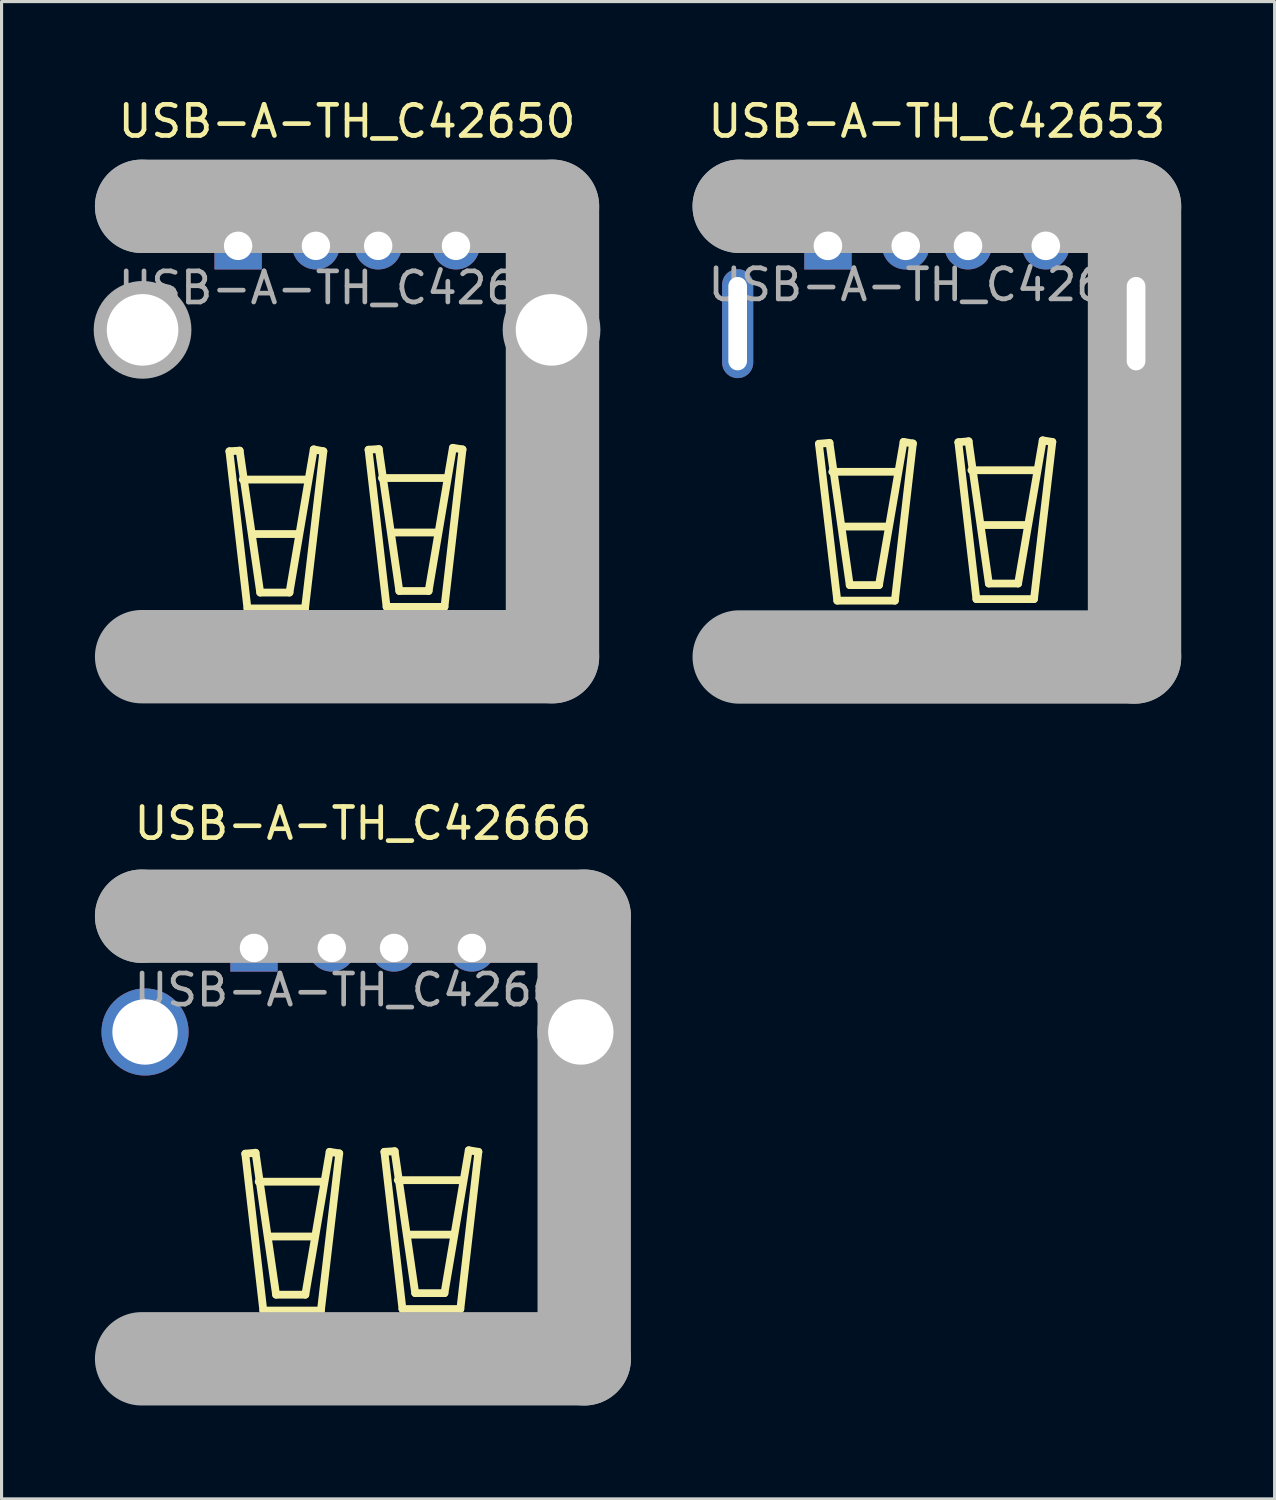
<source format=kicad_pcb>
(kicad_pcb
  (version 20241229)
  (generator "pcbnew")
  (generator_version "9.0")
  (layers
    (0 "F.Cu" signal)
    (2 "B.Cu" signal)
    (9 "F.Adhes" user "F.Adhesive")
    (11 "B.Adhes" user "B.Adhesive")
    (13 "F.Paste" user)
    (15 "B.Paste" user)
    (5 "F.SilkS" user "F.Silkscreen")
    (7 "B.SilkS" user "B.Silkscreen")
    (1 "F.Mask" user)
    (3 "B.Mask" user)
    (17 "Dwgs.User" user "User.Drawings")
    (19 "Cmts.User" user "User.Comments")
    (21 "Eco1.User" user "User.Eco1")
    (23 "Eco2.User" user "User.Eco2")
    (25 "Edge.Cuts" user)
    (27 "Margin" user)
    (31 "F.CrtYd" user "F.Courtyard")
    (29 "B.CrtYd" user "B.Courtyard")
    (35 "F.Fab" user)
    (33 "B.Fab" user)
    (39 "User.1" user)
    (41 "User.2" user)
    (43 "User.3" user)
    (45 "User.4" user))
  (footprint "USB-A-TH_C42653"
    (layer "F.Cu")
    (at 27.05 6.098)
    (property "Reference" "USB-A-TH_C42653" (at 0 -5.25 0) (layer "F.SilkS") (effects (font (size 1 1) (thickness 0.15))))
    (attr through_hole)
    (fp_line (start -3.79 5.11) (end -3.2 10.15) (stroke (width 0.25) (type solid)) (layer "F.SilkS"))
    (fp_line (start -3.45 5.08) (end -3.79 5.11) (stroke (width 0.25) (type solid)) (layer "F.SilkS"))
    (fp_line (start -3.36 6.01) (end -1.27 6.01) (stroke (width 0.25) (type solid)) (layer "F.SilkS"))
    (fp_line (start -3.2 10.15) (end -1.35 10.15) (stroke (width 0.25) (type solid)) (layer "F.SilkS"))
    (fp_line (start -3.03 7.77) (end -1.58 7.77) (stroke (width 0.25) (type solid)) (layer "F.SilkS"))
    (fp_line (start -2.8 9.65) (end -3.45 5.08) (stroke (width 0.25) (type solid)) (layer "F.SilkS"))
    (fp_line (start -1.86 9.65) (end -2.8 9.65) (stroke (width 0.25) (type solid)) (layer "F.SilkS"))
    (fp_line (start -1.35 10.15) (end -0.77 5.1) (stroke (width 0.25) (type solid)) (layer "F.SilkS"))
    (fp_line (start -1.07 5.05) (end -1.86 9.65) (stroke (width 0.25) (type solid)) (layer "F.SilkS"))
    (fp_line (start -0.77 5.1) (end -1.07 5.05) (stroke (width 0.25) (type solid)) (layer "F.SilkS"))
    (fp_line (start 0.69 5.06) (end 1.02 5.03) (stroke (width 0.25) (type solid)) (layer "F.SilkS"))
    (fp_line (start 1.02 5.03) (end 1.67 9.6) (stroke (width 0.25) (type solid)) (layer "F.SilkS"))
    (fp_line (start 1.11 5.96) (end 3.2 5.96) (stroke (width 0.25) (type solid)) (layer "F.SilkS"))
    (fp_line (start 1.27 10.1) (end 0.69 5.06) (stroke (width 0.25) (type solid)) (layer "F.SilkS"))
    (fp_line (start 1.44 7.72) (end 2.89 7.72) (stroke (width 0.25) (type solid)) (layer "F.SilkS"))
    (fp_line (start 1.67 9.6) (end 2.61 9.6) (stroke (width 0.25) (type solid)) (layer "F.SilkS"))
    (fp_line (start 2.61 9.6) (end 3.4 5) (stroke (width 0.25) (type solid)) (layer "F.SilkS"))
    (fp_line (start 3.12 10.1) (end 1.27 10.1) (stroke (width 0.25) (type solid)) (layer "F.SilkS"))
    (fp_line (start 3.4 5) (end 3.71 5.05) (stroke (width 0.25) (type solid)) (layer "F.SilkS"))
    (fp_line (start 3.71 5.05) (end 3.12 10.1) (stroke (width 0.25) (type solid)) (layer "F.SilkS"))
    (fp_line (start -6.35 -2.52) (end -6.35 -2.52) (stroke (width 3) (type solid)) (layer "F.Fab"))
    (fp_line (start -6.35 -2.52) (end 6.35 -2.52) (stroke (width 3) (type solid)) (layer "F.Fab"))
    (fp_line (start 6.35 -2.52) (end 6.35 11.96) (stroke (width 3) (type solid)) (layer "F.Fab"))
    (fp_line (start 6.35 11.96) (end -6.35 11.96) (stroke (width 3) (type solid)) (layer "F.Fab"))
    (fp_circle (center -6.9 -2.65) (end -6.87 -2.65) (stroke (width 0.06) (type solid)) (fill no) (layer "F.Fab"))
    (fp_circle (center -3.5 -1.25) (end -3.32 -1.25) (stroke (width 0.36) (type solid)) (fill no) (layer "F.Fab"))
    (fp_circle (center -1 -1.25) (end -0.82 -1.25) (stroke (width 0.36) (type solid)) (fill no) (layer "F.Fab"))
    (fp_circle (center 1 -1.25) (end 1.18 -1.25) (stroke (width 0.36) (type solid)) (fill no) (layer "F.Fab"))
    (fp_circle (center 3.5 -1.25) (end 3.68 -1.25) (stroke (width 0.36) (type solid)) (fill no) (layer "F.Fab"))
    (fp_text user "${REFERENCE}" (at 0 0 0) (layer "F.Fab") (effects (font (size 1 1) (thickness 0.15))))
    (pad "1" thru_hole rect (at -3.5 -1.25) (size 1.52 1.52) (drill 0.92) (layers "*.Cu" "*.Paste" "*.Mask"))
    (pad "2" thru_hole circle (at -1 -1.25) (size 1.52 1.52) (drill 0.92) (layers "*.Cu" "*.Paste" "*.Mask"))
    (pad "3" thru_hole circle (at 1 -1.25) (size 1.52 1.52) (drill 0.92) (layers "*.Cu" "*.Paste" "*.Mask"))
    (pad "4" thru_hole circle (at 3.5 -1.25) (size 1.52 1.52) (drill 0.92) (layers "*.Cu" "*.Paste" "*.Mask"))
    (pad "5" thru_hole oval (at 6.4 1.25) (size 1 3.5) (drill oval 0.6 3) (layers "*.Cu" "*.Paste" "*.Mask"))
    (pad "6" thru_hole oval (at -6.4 1.25) (size 1 3.5) (drill oval 0.6 3) (layers "*.Cu" "*.Paste" "*.Mask")))
  (footprint "USB-A-TH_C42666"
    (layer "F.Cu")
    (at 8.61 28.756)
    (property "Reference" "USB-A-TH_C42666" (at 0 -5.35 0) (layer "F.SilkS") (effects (font (size 1 1) (thickness 0.15))))
    (attr through_hole)
    (fp_line (start -3.78 5.26) (end -3.2 10.3) (stroke (width 0.25) (type solid)) (layer "F.SilkS"))
    (fp_line (start -3.45 5.23) (end -3.78 5.26) (stroke (width 0.25) (type solid)) (layer "F.SilkS"))
    (fp_line (start -3.35 6.16) (end -1.27 6.16) (stroke (width 0.25) (type solid)) (layer "F.SilkS"))
    (fp_line (start -3.2 10.3) (end -1.35 10.3) (stroke (width 0.25) (type solid)) (layer "F.SilkS"))
    (fp_line (start -3.02 7.92) (end -1.57 7.92) (stroke (width 0.25) (type solid)) (layer "F.SilkS"))
    (fp_line (start -2.79 9.79) (end -3.45 5.23) (stroke (width 0.25) (type solid)) (layer "F.SilkS"))
    (fp_line (start -1.85 9.79) (end -2.79 9.79) (stroke (width 0.25) (type solid)) (layer "F.SilkS"))
    (fp_line (start -1.35 10.3) (end -0.76 5.25) (stroke (width 0.25) (type solid)) (layer "F.SilkS"))
    (fp_line (start -1.07 5.2) (end -1.85 9.79) (stroke (width 0.25) (type solid)) (layer "F.SilkS"))
    (fp_line (start -0.76 5.25) (end -1.07 5.2) (stroke (width 0.25) (type solid)) (layer "F.SilkS"))
    (fp_line (start 0.69 5.2) (end 1.02 5.18) (stroke (width 0.25) (type solid)) (layer "F.SilkS"))
    (fp_line (start 1.02 5.18) (end 1.68 9.74) (stroke (width 0.25) (type solid)) (layer "F.SilkS"))
    (fp_line (start 1.12 6.11) (end 3.2 6.11) (stroke (width 0.25) (type solid)) (layer "F.SilkS"))
    (fp_line (start 1.27 10.25) (end 0.69 5.2) (stroke (width 0.25) (type solid)) (layer "F.SilkS"))
    (fp_line (start 1.45 7.86) (end 2.9 7.86) (stroke (width 0.25) (type solid)) (layer "F.SilkS"))
    (fp_line (start 1.68 9.74) (end 2.62 9.74) (stroke (width 0.25) (type solid)) (layer "F.SilkS"))
    (fp_line (start 2.62 9.74) (end 3.4 5.15) (stroke (width 0.25) (type solid)) (layer "F.SilkS"))
    (fp_line (start 3.13 10.25) (end 1.27 10.25) (stroke (width 0.25) (type solid)) (layer "F.SilkS"))
    (fp_line (start 3.4 5.15) (end 3.71 5.2) (stroke (width 0.25) (type solid)) (layer "F.SilkS"))
    (fp_line (start 3.71 5.2) (end 3.13 10.25) (stroke (width 0.25) (type solid)) (layer "F.SilkS"))
    (fp_line (start -7.11 -2.37) (end -7.11 -2.37) (stroke (width 3) (type solid)) (layer "F.Fab"))
    (fp_line (start -7.11 -2.37) (end 7.11 -2.37) (stroke (width 3) (type solid)) (layer "F.Fab"))
    (fp_line (start 7.11 -2.37) (end 7.11 11.85) (stroke (width 3) (type solid)) (layer "F.Fab"))
    (fp_line (start 7.11 11.85) (end -7.11 11.85) (stroke (width 3) (type solid)) (layer "F.Fab"))
    (fp_circle (center -8.4 -2.5) (end -8.37 -2.5) (stroke (width 0.06) (type solid)) (fill no) (layer "F.Fab"))
    (fp_circle (center -7 1.35) (end -6.52 1.35) (stroke (width 0.95) (type solid)) (fill no) (layer "F.Fab"))
    (fp_circle (center -3.5 -1.35) (end -3.32 -1.35) (stroke (width 0.36) (type solid)) (fill no) (layer "F.Fab"))
    (fp_circle (center -1 -1.35) (end -0.82 -1.35) (stroke (width 0.36) (type solid)) (fill no) (layer "F.Fab"))
    (fp_circle (center 1 -1.35) (end 1.18 -1.35) (stroke (width 0.36) (type solid)) (fill no) (layer "F.Fab"))
    (fp_circle (center 3.5 -1.35) (end 3.68 -1.35) (stroke (width 0.36) (type solid)) (fill no) (layer "F.Fab"))
    (fp_circle (center 7 1.35) (end 7.48 1.35) (stroke (width 0.95) (type solid)) (fill no) (layer "F.Fab"))
    (fp_text user "${REFERENCE}" (at 0 0 0) (layer "F.Fab") (effects (font (size 1 1) (thickness 0.15))))
    (pad "1" thru_hole rect (at -3.5 -1.35) (size 1.52 1.52) (drill 0.914) (layers "*.Cu" "*.Paste" "*.Mask"))
    (pad "2" thru_hole circle (at -1 -1.35) (size 1.52 1.52) (drill 0.914) (layers "*.Cu" "*.Paste" "*.Mask"))
    (pad "3" thru_hole circle (at 1 -1.35) (size 1.52 1.52) (drill 0.914) (layers "*.Cu" "*.Paste" "*.Mask"))
    (pad "4" thru_hole circle (at 3.5 -1.35) (size 1.52 1.52) (drill 0.914) (layers "*.Cu" "*.Paste" "*.Mask"))
    (pad "5" thru_hole circle (at 7 1.35) (size 2.8 2.8) (drill 2.1) (layers "*.Cu" "*.Paste" "*.Mask"))
    (pad "6" thru_hole circle (at -7 1.35) (size 2.8 2.8) (drill 2.1) (layers "*.Cu" "*.Paste" "*.Mask")))
  (footprint "USB-A-TH_C42650"
    (layer "F.Cu")
    (at 8.1 6.198)
    (property "Reference" "USB-A-TH_C42650" (at 0 -5.35 0) (layer "F.SilkS") (effects (font (size 1 1) (thickness 0.15))))
    (attr through_hole)
    (fp_line (start -3.78 5.25) (end -3.2 10.3) (stroke (width 0.25) (type solid)) (layer "F.SilkS"))
    (fp_line (start -3.45 5.23) (end -3.78 5.25) (stroke (width 0.25) (type solid)) (layer "F.SilkS"))
    (fp_line (start -3.35 6.16) (end -1.27 6.16) (stroke (width 0.25) (type solid)) (layer "F.SilkS"))
    (fp_line (start -3.2 10.3) (end -1.35 10.3) (stroke (width 0.25) (type solid)) (layer "F.SilkS"))
    (fp_line (start -3.02 7.91) (end -1.57 7.91) (stroke (width 0.25) (type solid)) (layer "F.SilkS"))
    (fp_line (start -2.79 9.79) (end -3.45 5.23) (stroke (width 0.25) (type solid)) (layer "F.SilkS"))
    (fp_line (start -1.85 9.79) (end -2.79 9.79) (stroke (width 0.25) (type solid)) (layer "F.SilkS"))
    (fp_line (start -1.35 10.3) (end -0.76 5.25) (stroke (width 0.25) (type solid)) (layer "F.SilkS"))
    (fp_line (start -1.07 5.19) (end -1.85 9.79) (stroke (width 0.25) (type solid)) (layer "F.SilkS"))
    (fp_line (start -0.76 5.25) (end -1.07 5.19) (stroke (width 0.25) (type solid)) (layer "F.SilkS"))
    (fp_line (start 0.69 5.2) (end 1.02 5.18) (stroke (width 0.25) (type solid)) (layer "F.SilkS"))
    (fp_line (start 1.02 5.18) (end 1.68 9.74) (stroke (width 0.25) (type solid)) (layer "F.SilkS"))
    (fp_line (start 1.12 6.11) (end 3.2 6.11) (stroke (width 0.25) (type solid)) (layer "F.SilkS"))
    (fp_line (start 1.27 10.25) (end 0.69 5.2) (stroke (width 0.25) (type solid)) (layer "F.SilkS"))
    (fp_line (start 1.45 7.86) (end 2.9 7.86) (stroke (width 0.25) (type solid)) (layer "F.SilkS"))
    (fp_line (start 1.68 9.74) (end 2.62 9.74) (stroke (width 0.25) (type solid)) (layer "F.SilkS"))
    (fp_line (start 2.62 9.74) (end 3.4 5.14) (stroke (width 0.25) (type solid)) (layer "F.SilkS"))
    (fp_line (start 3.13 10.25) (end 1.27 10.25) (stroke (width 0.25) (type solid)) (layer "F.SilkS"))
    (fp_line (start 3.4 5.14) (end 3.71 5.19) (stroke (width 0.25) (type solid)) (layer "F.SilkS"))
    (fp_line (start 3.71 5.19) (end 3.13 10.25) (stroke (width 0.25) (type solid)) (layer "F.SilkS"))
    (fp_line (start -6.6 -2.62) (end -6.6 -2.62) (stroke (width 3) (type solid)) (layer "F.Fab"))
    (fp_line (start -6.6 -2.62) (end 6.6 -2.62) (stroke (width 3) (type solid)) (layer "F.Fab"))
    (fp_line (start 6.6 -2.62) (end 6.6 11.85) (stroke (width 3) (type solid)) (layer "F.Fab"))
    (fp_line (start 6.6 11.85) (end -6.6 11.85) (stroke (width 3) (type solid)) (layer "F.Fab"))
    (fp_circle (center -7.97 -2.75) (end -7.94 -2.75) (stroke (width 0.06) (type solid)) (fill no) (layer "F.Fab"))
    (fp_circle (center -6.57 1.35) (end -6.05 1.35) (stroke (width 1.05) (type solid)) (fill no) (layer "F.Fab"))
    (fp_circle (center -3.5 -1.35) (end -3.32 -1.35) (stroke (width 0.36) (type solid)) (fill no) (layer "F.Fab"))
    (fp_circle (center -1 -1.35) (end -0.82 -1.35) (stroke (width 0.36) (type solid)) (fill no) (layer "F.Fab"))
    (fp_circle (center 1 -1.35) (end 1.18 -1.35) (stroke (width 0.36) (type solid)) (fill no) (layer "F.Fab"))
    (fp_circle (center 3.5 -1.35) (end 3.68 -1.35) (stroke (width 0.36) (type solid)) (fill no) (layer "F.Fab"))
    (fp_circle (center 6.57 1.35) (end 7.09 1.35) (stroke (width 1.05) (type solid)) (fill no) (layer "F.Fab"))
    (fp_text user "${REFERENCE}" (at 0 0 0) (layer "F.Fab") (effects (font (size 1 1) (thickness 0.15))))
    (pad "1" thru_hole rect (at -3.5 -1.35) (size 1.52 1.52) (drill 0.914) (layers "*.Cu" "*.Paste" "*.Mask"))
    (pad "2" thru_hole circle (at -1 -1.35) (size 1.52 1.52) (drill 0.914) (layers "*.Cu" "*.Paste" "*.Mask"))
    (pad "3" thru_hole circle (at 1 -1.35) (size 1.52 1.52) (drill 0.914) (layers "*.Cu" "*.Paste" "*.Mask"))
    (pad "4" thru_hole circle (at 3.5 -1.35) (size 1.52 1.52) (drill 0.914) (layers "*.Cu" "*.Paste" "*.Mask"))
    (pad "5" thru_hole circle (at 6.57 1.35) (size 2.8 2.8) (drill 2.3) (layers "*.Cu" "*.Paste" "*.Mask"))
    (pad "6" thru_hole circle (at -6.57 1.35) (size 2.8 2.8) (drill 2.3) (layers "*.Cu" "*.Paste" "*.Mask")))
  (gr_rect
    (start -3 -3)
    (end 37.9 45.106)
    (stroke (width 0.1) (type default))
    (fill no)
    (layer "Edge.Cuts")))
</source>
